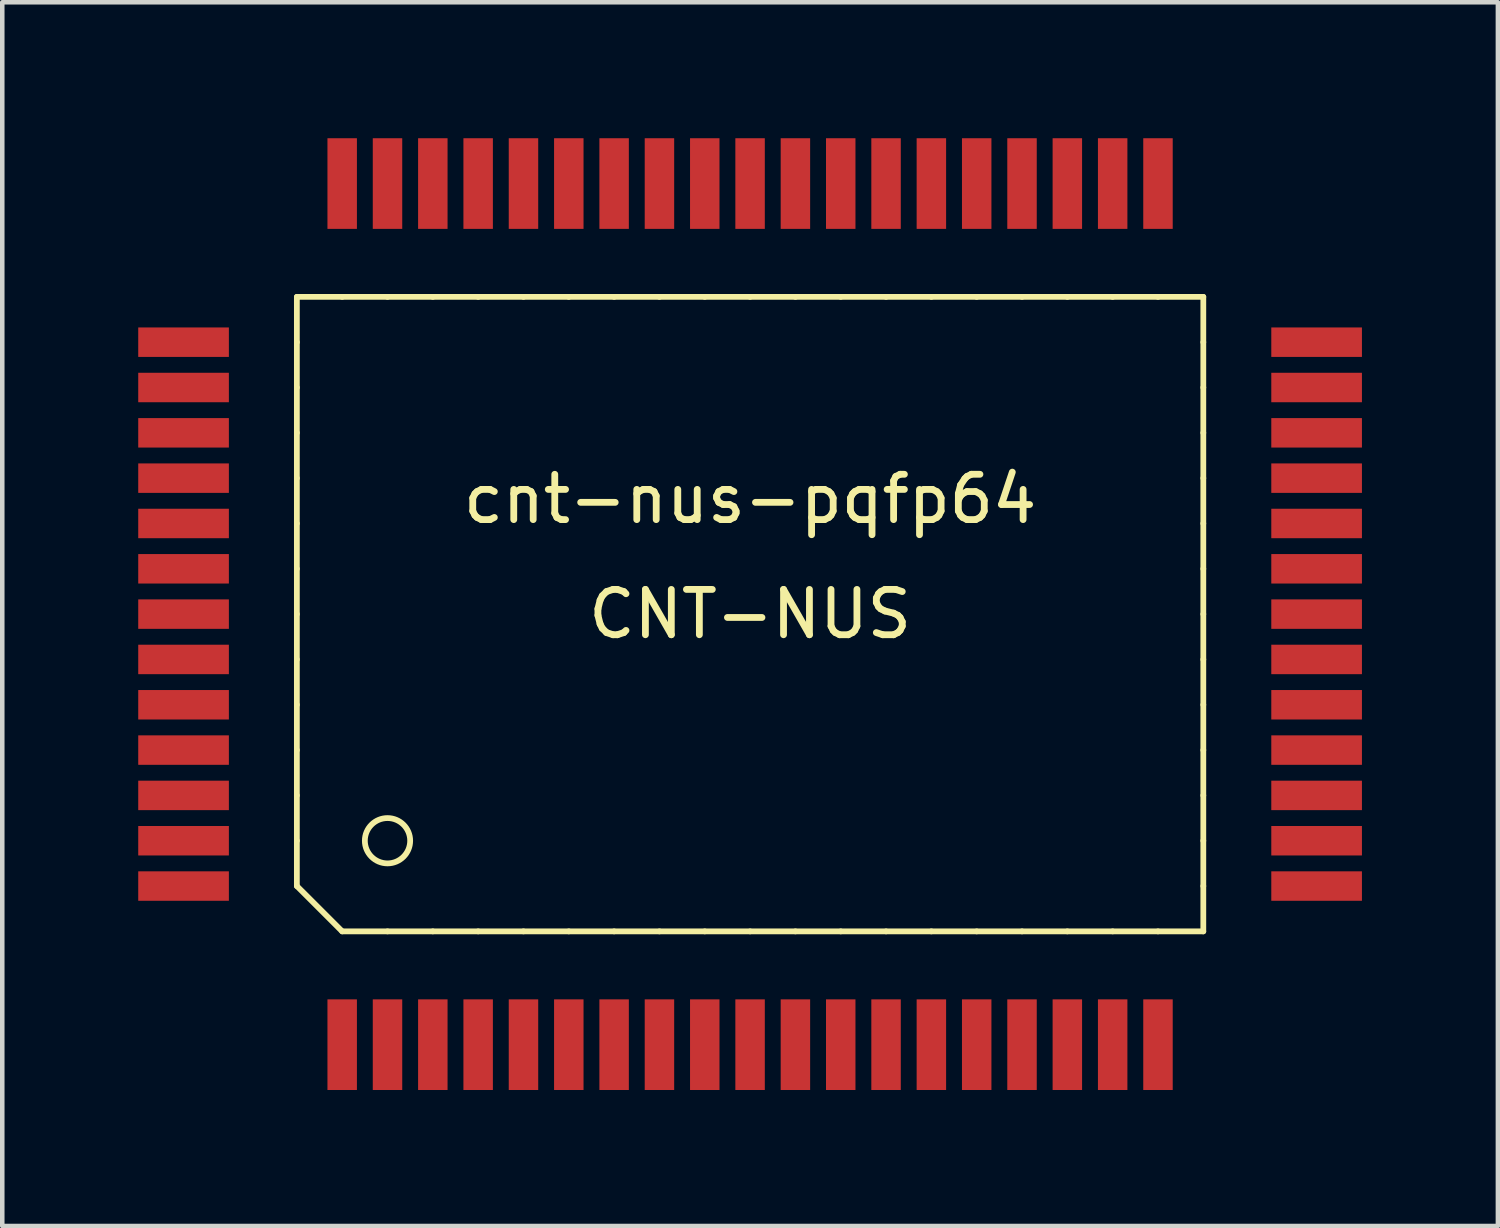
<source format=kicad_pcb>
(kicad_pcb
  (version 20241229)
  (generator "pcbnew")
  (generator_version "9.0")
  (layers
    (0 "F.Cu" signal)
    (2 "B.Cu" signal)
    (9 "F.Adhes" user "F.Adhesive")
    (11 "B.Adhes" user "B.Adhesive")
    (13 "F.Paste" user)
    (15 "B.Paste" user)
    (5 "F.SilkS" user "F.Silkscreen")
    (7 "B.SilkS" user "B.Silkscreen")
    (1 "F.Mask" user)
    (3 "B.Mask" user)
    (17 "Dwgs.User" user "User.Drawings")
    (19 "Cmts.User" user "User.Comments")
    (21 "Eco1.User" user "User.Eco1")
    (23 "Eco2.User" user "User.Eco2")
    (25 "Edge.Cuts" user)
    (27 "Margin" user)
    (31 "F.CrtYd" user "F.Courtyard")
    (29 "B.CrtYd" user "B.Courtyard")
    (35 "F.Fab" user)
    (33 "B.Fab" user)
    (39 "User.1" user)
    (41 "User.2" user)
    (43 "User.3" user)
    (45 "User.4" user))
  (footprint "cnt-nus-pqfp64"
    (layer "F.Cu")
    (at 13.5 10.5)
    (property "Reference" "cnt-nus-pqfp64" (at 0 -2.54 0) (layer "F.SilkS") (effects (font (size 1 1) (thickness 0.15))))
    (attr through_hole)
    (fp_line (start -10 -7) (end -9 -7) (stroke (width 0.127) (type solid)) (layer "F.SilkS"))
    (fp_line (start -10 -6) (end -10 -7) (stroke (width 0.127) (type solid)) (layer "F.SilkS"))
    (fp_line (start -10 -5) (end -10 -6) (stroke (width 0.127) (type solid)) (layer "F.SilkS"))
    (fp_line (start -10 -4) (end -10 -5) (stroke (width 0.127) (type solid)) (layer "F.SilkS"))
    (fp_line (start -10 -3) (end -10 -4) (stroke (width 0.127) (type solid)) (layer "F.SilkS"))
    (fp_line (start -10 -2) (end -10 -3) (stroke (width 0.127) (type solid)) (layer "F.SilkS"))
    (fp_line (start -10 -1) (end -10 -2) (stroke (width 0.127) (type solid)) (layer "F.SilkS"))
    (fp_line (start -10 0) (end -10 -1) (stroke (width 0.127) (type solid)) (layer "F.SilkS"))
    (fp_line (start -10 1) (end -10 0) (stroke (width 0.127) (type solid)) (layer "F.SilkS"))
    (fp_line (start -10 2) (end -10 1) (stroke (width 0.127) (type solid)) (layer "F.SilkS"))
    (fp_line (start -10 3) (end -10 2) (stroke (width 0.127) (type solid)) (layer "F.SilkS"))
    (fp_line (start -10 4) (end -10 3) (stroke (width 0.127) (type solid)) (layer "F.SilkS"))
    (fp_line (start -10 5) (end -10 4) (stroke (width 0.127) (type solid)) (layer "F.SilkS"))
    (fp_line (start -10 6) (end -10 5) (stroke (width 0.127) (type solid)) (layer "F.SilkS"))
    (fp_line (start -10 6) (end -9 7) (stroke (width 0.127) (type solid)) (layer "F.SilkS"))
    (fp_line (start -9 -7) (end -8 -7) (stroke (width 0.127) (type solid)) (layer "F.SilkS"))
    (fp_line (start -8 -7) (end -7 -7) (stroke (width 0.127) (type solid)) (layer "F.SilkS"))
    (fp_line (start -8 7) (end -9 7) (stroke (width 0.127) (type solid)) (layer "F.SilkS"))
    (fp_line (start -7 -7) (end -6 -7) (stroke (width 0.127) (type solid)) (layer "F.SilkS"))
    (fp_line (start -7 7) (end -8 7) (stroke (width 0.127) (type solid)) (layer "F.SilkS"))
    (fp_line (start -6 -7) (end -5 -7) (stroke (width 0.127) (type solid)) (layer "F.SilkS"))
    (fp_line (start -6 7) (end -7 7) (stroke (width 0.127) (type solid)) (layer "F.SilkS"))
    (fp_line (start -5 -7) (end -4 -7) (stroke (width 0.127) (type solid)) (layer "F.SilkS"))
    (fp_line (start -5 7) (end -6 7) (stroke (width 0.127) (type solid)) (layer "F.SilkS"))
    (fp_line (start -4 -7) (end -3 -7) (stroke (width 0.127) (type solid)) (layer "F.SilkS"))
    (fp_line (start -4 7) (end -5 7) (stroke (width 0.127) (type solid)) (layer "F.SilkS"))
    (fp_line (start -3 -7) (end -2 -7) (stroke (width 0.127) (type solid)) (layer "F.SilkS"))
    (fp_line (start -3 7) (end -4 7) (stroke (width 0.127) (type solid)) (layer "F.SilkS"))
    (fp_line (start -2 -7) (end -1 -7) (stroke (width 0.127) (type solid)) (layer "F.SilkS"))
    (fp_line (start -2 7) (end -3 7) (stroke (width 0.127) (type solid)) (layer "F.SilkS"))
    (fp_line (start -1 -7) (end 0 -7) (stroke (width 0.127) (type solid)) (layer "F.SilkS"))
    (fp_line (start -1 7) (end -2 7) (stroke (width 0.127) (type solid)) (layer "F.SilkS"))
    (fp_line (start 0 -7) (end 1 -7) (stroke (width 0.127) (type solid)) (layer "F.SilkS"))
    (fp_line (start 0 7) (end -1 7) (stroke (width 0.127) (type solid)) (layer "F.SilkS"))
    (fp_line (start 1 -7) (end 2 -7) (stroke (width 0.127) (type solid)) (layer "F.SilkS"))
    (fp_line (start 1 7) (end 0 7) (stroke (width 0.127) (type solid)) (layer "F.SilkS"))
    (fp_line (start 2 -7) (end 3 -7) (stroke (width 0.127) (type solid)) (layer "F.SilkS"))
    (fp_line (start 2 7) (end 1 7) (stroke (width 0.127) (type solid)) (layer "F.SilkS"))
    (fp_line (start 3 -7) (end 4 -7) (stroke (width 0.127) (type solid)) (layer "F.SilkS"))
    (fp_line (start 3 7) (end 2 7) (stroke (width 0.127) (type solid)) (layer "F.SilkS"))
    (fp_line (start 4 -7) (end 5 -7) (stroke (width 0.127) (type solid)) (layer "F.SilkS"))
    (fp_line (start 4 7) (end 3 7) (stroke (width 0.127) (type solid)) (layer "F.SilkS"))
    (fp_line (start 5 -7) (end 6 -7) (stroke (width 0.127) (type solid)) (layer "F.SilkS"))
    (fp_line (start 5 7) (end 4 7) (stroke (width 0.127) (type solid)) (layer "F.SilkS"))
    (fp_line (start 6 -7) (end 7 -7) (stroke (width 0.127) (type solid)) (layer "F.SilkS"))
    (fp_line (start 6 7) (end 5 7) (stroke (width 0.127) (type solid)) (layer "F.SilkS"))
    (fp_line (start 7 -7) (end 8 -7) (stroke (width 0.127) (type solid)) (layer "F.SilkS"))
    (fp_line (start 7 7) (end 6 7) (stroke (width 0.127) (type solid)) (layer "F.SilkS"))
    (fp_line (start 8 -7) (end 9 -7) (stroke (width 0.127) (type solid)) (layer "F.SilkS"))
    (fp_line (start 8 7) (end 7 7) (stroke (width 0.127) (type solid)) (layer "F.SilkS"))
    (fp_line (start 9 -7) (end 10 -7) (stroke (width 0.127) (type solid)) (layer "F.SilkS"))
    (fp_line (start 9 7) (end 8 7) (stroke (width 0.127) (type solid)) (layer "F.SilkS"))
    (fp_line (start 10 -7) (end 10 -6) (stroke (width 0.127) (type solid)) (layer "F.SilkS"))
    (fp_line (start 10 -6) (end 10 -5) (stroke (width 0.127) (type solid)) (layer "F.SilkS"))
    (fp_line (start 10 -5) (end 10 -4) (stroke (width 0.127) (type solid)) (layer "F.SilkS"))
    (fp_line (start 10 -4) (end 10 -3) (stroke (width 0.127) (type solid)) (layer "F.SilkS"))
    (fp_line (start 10 -3) (end 10 -2) (stroke (width 0.127) (type solid)) (layer "F.SilkS"))
    (fp_line (start 10 -2) (end 10 -1) (stroke (width 0.127) (type solid)) (layer "F.SilkS"))
    (fp_line (start 10 -1) (end 10 0) (stroke (width 0.127) (type solid)) (layer "F.SilkS"))
    (fp_line (start 10 0) (end 10 1) (stroke (width 0.127) (type solid)) (layer "F.SilkS"))
    (fp_line (start 10 1) (end 10 2) (stroke (width 0.127) (type solid)) (layer "F.SilkS"))
    (fp_line (start 10 2) (end 10 3) (stroke (width 0.127) (type solid)) (layer "F.SilkS"))
    (fp_line (start 10 3) (end 10 4) (stroke (width 0.127) (type solid)) (layer "F.SilkS"))
    (fp_line (start 10 4) (end 10 5) (stroke (width 0.127) (type solid)) (layer "F.SilkS"))
    (fp_line (start 10 5) (end 10 6) (stroke (width 0.127) (type solid)) (layer "F.SilkS"))
    (fp_line (start 10 6) (end 10 7) (stroke (width 0.127) (type solid)) (layer "F.SilkS"))
    (fp_line (start 10 7) (end 9 7) (stroke (width 0.127) (type solid)) (layer "F.SilkS"))
    (fp_circle (center -8 5) (end -7.5 5) (stroke (width 0.127) (type solid)) (fill no) (layer "F.SilkS"))
    (fp_text user "CNT-NUS" (at 0 0 0) (layer "F.SilkS") (effects (font (size 1 1) (thickness 0.15))))
    (pad "1" smd rect (at -9 9.5 90) (size 2 0.65) (layers "F.Cu" "F.Mask" "F.Paste"))
    (pad "2" smd rect (at -8 9.5 90) (size 2 0.65) (layers "F.Cu" "F.Mask" "F.Paste"))
    (pad "3" smd rect (at -7 9.5 90) (size 2 0.65) (layers "F.Cu" "F.Mask" "F.Paste"))
    (pad "4" smd rect (at -6 9.5 90) (size 2 0.65) (layers "F.Cu" "F.Mask" "F.Paste"))
    (pad "5" smd rect (at -5 9.5 90) (size 2 0.65) (layers "F.Cu" "F.Mask" "F.Paste"))
    (pad "6" smd rect (at -4 9.5 90) (size 2 0.65) (layers "F.Cu" "F.Mask" "F.Paste"))
    (pad "7" smd rect (at -3 9.5 90) (size 2 0.65) (layers "F.Cu" "F.Mask" "F.Paste"))
    (pad "8" smd rect (at -2 9.5 90) (size 2 0.65) (layers "F.Cu" "F.Mask" "F.Paste"))
    (pad "9" smd rect (at -1 9.5 90) (size 2 0.65) (layers "F.Cu" "F.Mask" "F.Paste"))
    (pad "10" smd rect (at -0.000063 9.5 90) (size 2 0.65) (layers "F.Cu" "F.Mask" "F.Paste"))
    (pad "11" smd rect (at 1 9.5 90) (size 2 0.65) (layers "F.Cu" "F.Mask" "F.Paste"))
    (pad "12" smd rect (at 2 9.5 90) (size 2 0.65) (layers "F.Cu" "F.Mask" "F.Paste"))
    (pad "13" smd rect (at 3 9.5 90) (size 2 0.65) (layers "F.Cu" "F.Mask" "F.Paste"))
    (pad "14" smd rect (at 4 9.5 90) (size 2 0.65) (layers "F.Cu" "F.Mask" "F.Paste"))
    (pad "15" smd rect (at 5 9.5 90) (size 2 0.65) (layers "F.Cu" "F.Mask" "F.Paste"))
    (pad "16" smd rect (at 6 9.5 90) (size 2 0.65) (layers "F.Cu" "F.Mask" "F.Paste"))
    (pad "17" smd rect (at 7 9.5 90) (size 2 0.65) (layers "F.Cu" "F.Mask" "F.Paste"))
    (pad "18" smd rect (at 8 9.5 90) (size 2 0.65) (layers "F.Cu" "F.Mask" "F.Paste"))
    (pad "19" smd rect (at 9 9.5 90) (size 2 0.65) (layers "F.Cu" "F.Mask" "F.Paste"))
    (pad "20" smd rect (at 12.5 6) (size 2 0.65) (layers "F.Cu" "F.Mask" "F.Paste"))
    (pad "21" smd rect (at 12.5 5) (size 2 0.65) (layers "F.Cu" "F.Mask" "F.Paste"))
    (pad "22" smd rect (at 12.5 4) (size 2 0.65) (layers "F.Cu" "F.Mask" "F.Paste"))
    (pad "23" smd rect (at 12.5 3) (size 2 0.65) (layers "F.Cu" "F.Mask" "F.Paste"))
    (pad "24" smd rect (at 12.5 2) (size 2 0.65) (layers "F.Cu" "F.Mask" "F.Paste"))
    (pad "25" smd rect (at 12.5 1) (size 2 0.65) (layers "F.Cu" "F.Mask" "F.Paste"))
    (pad "26" smd rect (at 12.5 0.000063) (size 2 0.65) (layers "F.Cu" "F.Mask" "F.Paste"))
    (pad "27" smd rect (at 12.5 -1) (size 2 0.65) (layers "F.Cu" "F.Mask" "F.Paste"))
    (pad "28" smd rect (at 12.5 -2) (size 2 0.65) (layers "F.Cu" "F.Mask" "F.Paste"))
    (pad "29" smd rect (at 12.5 -3) (size 2 0.65) (layers "F.Cu" "F.Mask" "F.Paste"))
    (pad "30" smd rect (at 12.5 -4) (size 2 0.65) (layers "F.Cu" "F.Mask" "F.Paste"))
    (pad "31" smd rect (at 12.5 -5) (size 2 0.65) (layers "F.Cu" "F.Mask" "F.Paste"))
    (pad "32" smd rect (at 12.5 -6) (size 2 0.65) (layers "F.Cu" "F.Mask" "F.Paste"))
    (pad "33" smd rect (at 9 -9.5 90) (size 2 0.65) (layers "F.Cu" "F.Mask" "F.Paste"))
    (pad "34" smd rect (at 8 -9.5 90) (size 2 0.65) (layers "F.Cu" "F.Mask" "F.Paste"))
    (pad "35" smd rect (at 7 -9.5 90) (size 2 0.65) (layers "F.Cu" "F.Mask" "F.Paste"))
    (pad "36" smd rect (at 6 -9.5 90) (size 2 0.65) (layers "F.Cu" "F.Mask" "F.Paste"))
    (pad "37" smd rect (at 5 -9.5 90) (size 2 0.65) (layers "F.Cu" "F.Mask" "F.Paste"))
    (pad "38" smd rect (at 4 -9.5 90) (size 2 0.65) (layers "F.Cu" "F.Mask" "F.Paste"))
    (pad "39" smd rect (at 3 -9.5 90) (size 2 0.65) (layers "F.Cu" "F.Mask" "F.Paste"))
    (pad "40" smd rect (at 2 -9.5 90) (size 2 0.65) (layers "F.Cu" "F.Mask" "F.Paste"))
    (pad "41" smd rect (at 1 -9.5 90) (size 2 0.65) (layers "F.Cu" "F.Mask" "F.Paste"))
    (pad "42" smd rect (at -0.000063 -9.5 90) (size 2 0.65) (layers "F.Cu" "F.Mask" "F.Paste"))
    (pad "43" smd rect (at -1 -9.5 90) (size 2 0.65) (layers "F.Cu" "F.Mask" "F.Paste"))
    (pad "44" smd rect (at -2 -9.5 90) (size 2 0.65) (layers "F.Cu" "F.Mask" "F.Paste"))
    (pad "45" smd rect (at -3 -9.5 90) (size 2 0.65) (layers "F.Cu" "F.Mask" "F.Paste"))
    (pad "46" smd rect (at -4 -9.5 90) (size 2 0.65) (layers "F.Cu" "F.Mask" "F.Paste"))
    (pad "47" smd rect (at -5 -9.5 90) (size 2 0.65) (layers "F.Cu" "F.Mask" "F.Paste"))
    (pad "48" smd rect (at -6 -9.5 90) (size 2 0.65) (layers "F.Cu" "F.Mask" "F.Paste"))
    (pad "49" smd rect (at -7 -9.5 90) (size 2 0.65) (layers "F.Cu" "F.Mask" "F.Paste"))
    (pad "50" smd rect (at -8 -9.5 90) (size 2 0.65) (layers "F.Cu" "F.Mask" "F.Paste"))
    (pad "51" smd rect (at -9 -9.5 90) (size 2 0.65) (layers "F.Cu" "F.Mask" "F.Paste"))
    (pad "52" smd rect (at -12.5 -6 180) (size 2 0.65) (layers "F.Cu" "F.Mask" "F.Paste"))
    (pad "53" smd rect (at -12.5 -5 180) (size 2 0.65) (layers "F.Cu" "F.Mask" "F.Paste"))
    (pad "54" smd rect (at -12.5 -4 180) (size 2 0.65) (layers "F.Cu" "F.Mask" "F.Paste"))
    (pad "55" smd rect (at -12.5 -3 180) (size 2 0.65) (layers "F.Cu" "F.Mask" "F.Paste"))
    (pad "56" smd rect (at -12.5 -2 180) (size 2 0.65) (layers "F.Cu" "F.Mask" "F.Paste"))
    (pad "57" smd rect (at -12.5 -1 180) (size 2 0.65) (layers "F.Cu" "F.Mask" "F.Paste"))
    (pad "58" smd rect (at -12.5 0.000063 180) (size 2 0.65) (layers "F.Cu" "F.Mask" "F.Paste"))
    (pad "59" smd rect (at -12.5 1 180) (size 2 0.65) (layers "F.Cu" "F.Mask" "F.Paste"))
    (pad "60" smd rect (at -12.5 2 180) (size 2 0.65) (layers "F.Cu" "F.Mask" "F.Paste"))
    (pad "61" smd rect (at -12.5 3 180) (size 2 0.65) (layers "F.Cu" "F.Mask" "F.Paste"))
    (pad "62" smd rect (at -12.5 4 180) (size 2 0.65) (layers "F.Cu" "F.Mask" "F.Paste"))
    (pad "63" smd rect (at -12.5 5 180) (size 2 0.65) (layers "F.Cu" "F.Mask" "F.Paste"))
    (pad "64" smd rect (at -12.5 6 180) (size 2 0.65) (layers "F.Cu" "F.Mask" "F.Paste")))
  (gr_rect
    (start -3 -3)
    (end 30 24)
    (stroke (width 0.1) (type default))
    (fill no)
    (layer "Edge.Cuts")))
</source>
